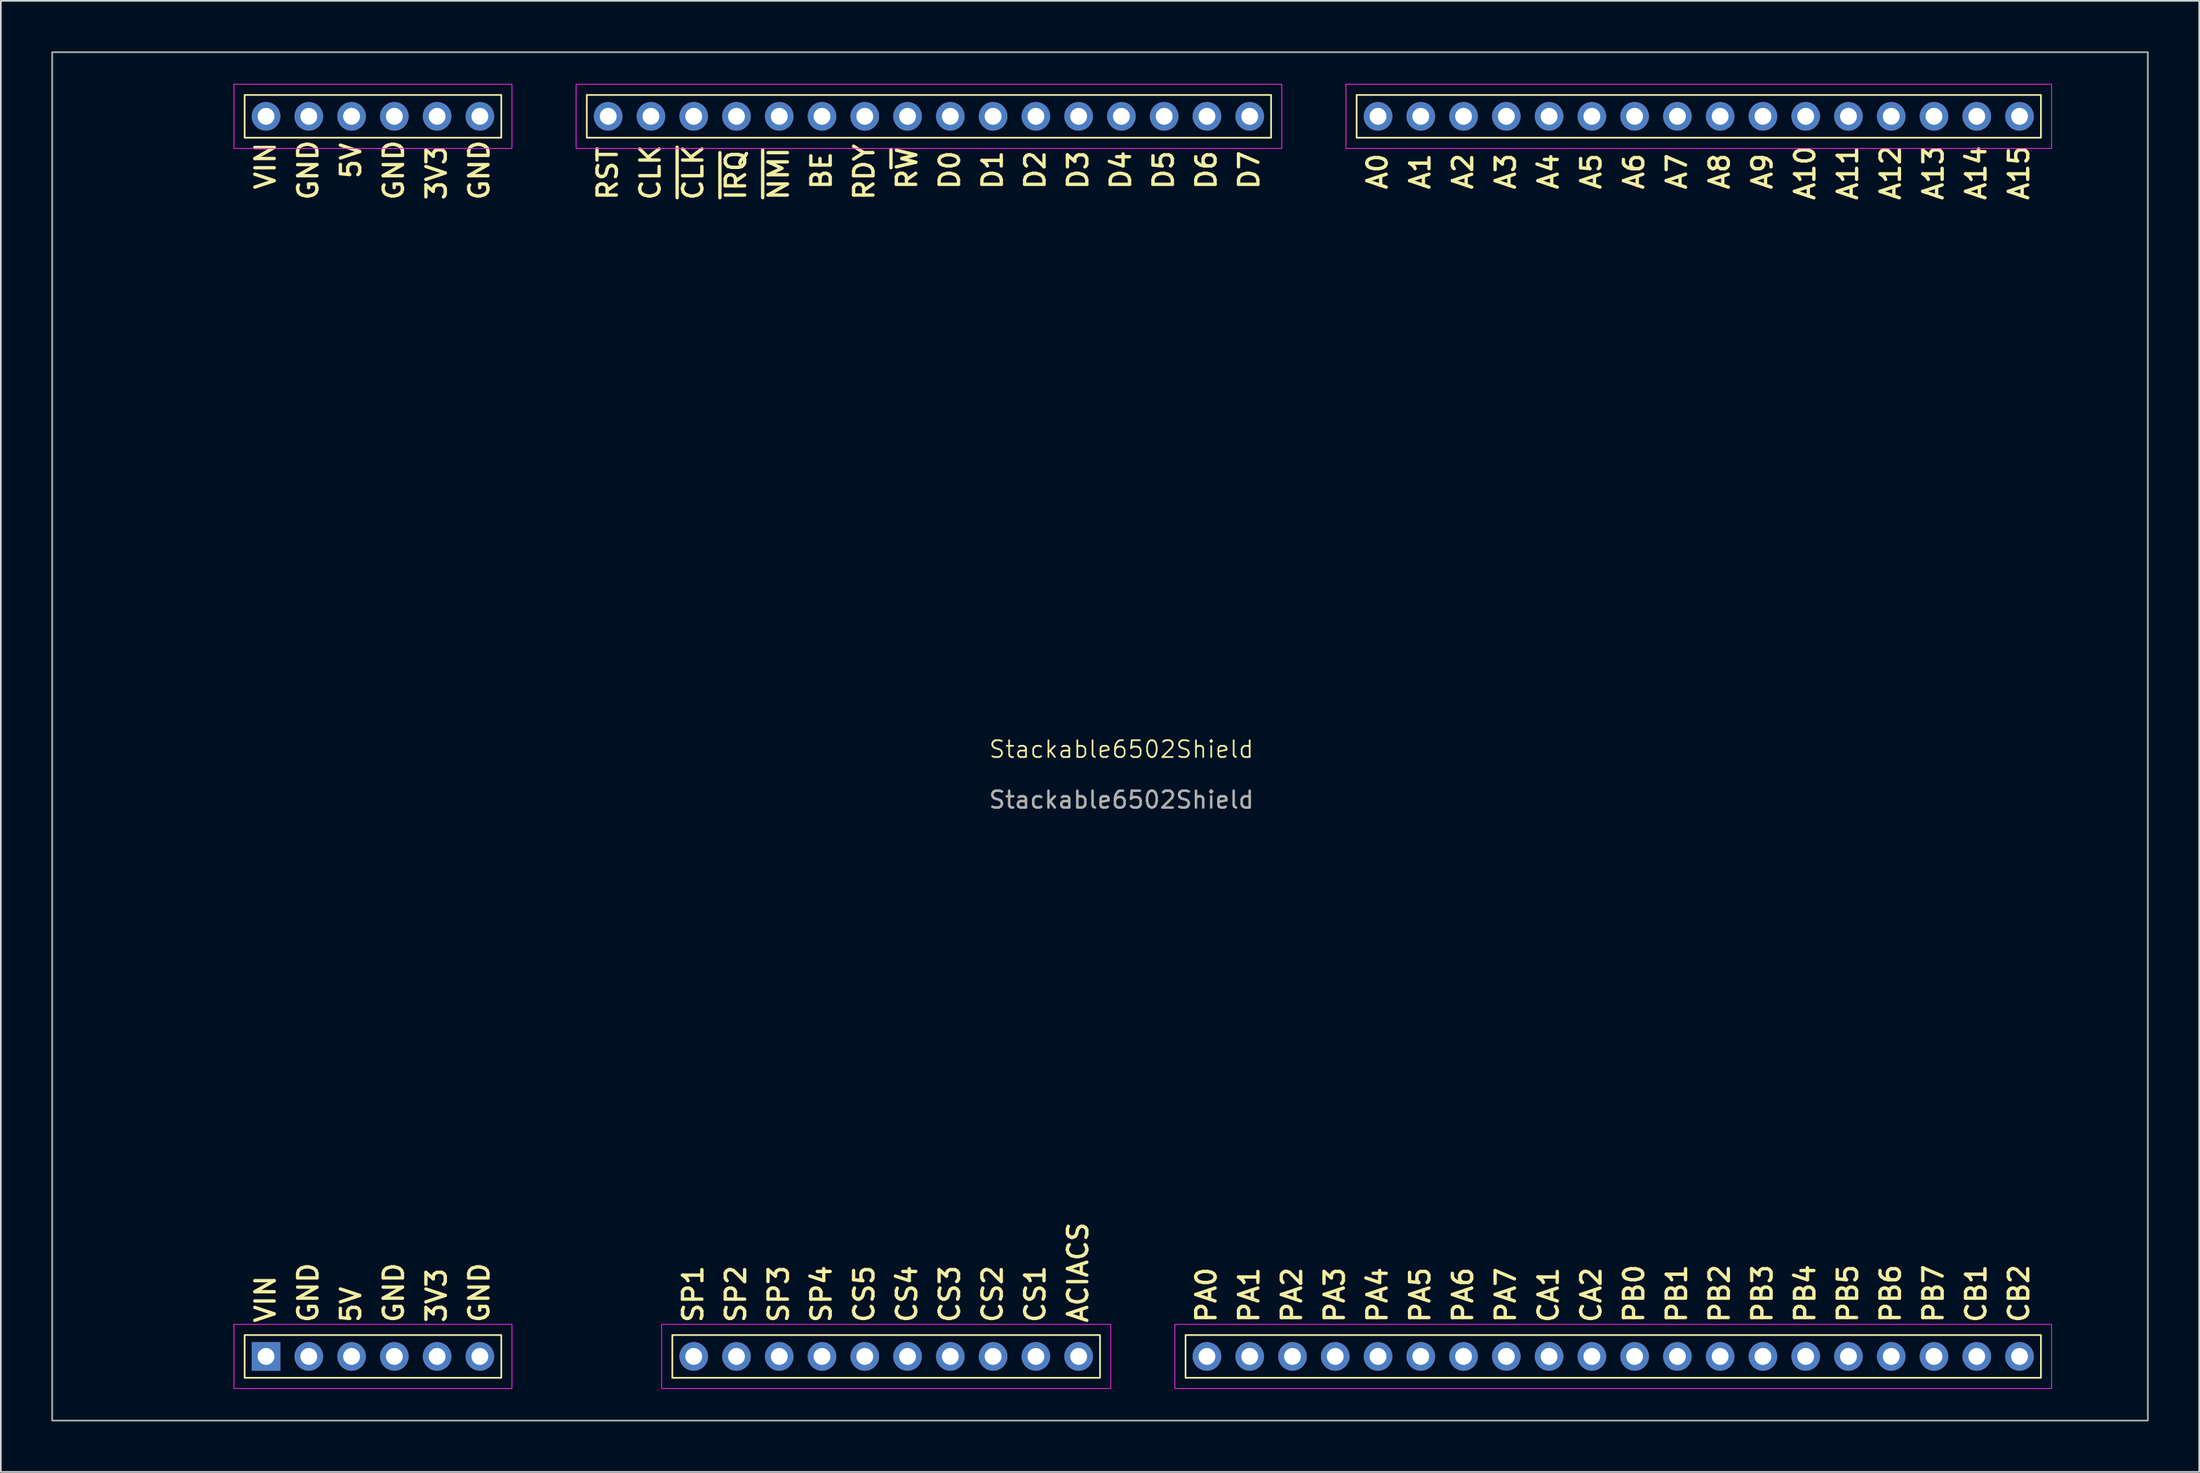
<source format=kicad_pcb>
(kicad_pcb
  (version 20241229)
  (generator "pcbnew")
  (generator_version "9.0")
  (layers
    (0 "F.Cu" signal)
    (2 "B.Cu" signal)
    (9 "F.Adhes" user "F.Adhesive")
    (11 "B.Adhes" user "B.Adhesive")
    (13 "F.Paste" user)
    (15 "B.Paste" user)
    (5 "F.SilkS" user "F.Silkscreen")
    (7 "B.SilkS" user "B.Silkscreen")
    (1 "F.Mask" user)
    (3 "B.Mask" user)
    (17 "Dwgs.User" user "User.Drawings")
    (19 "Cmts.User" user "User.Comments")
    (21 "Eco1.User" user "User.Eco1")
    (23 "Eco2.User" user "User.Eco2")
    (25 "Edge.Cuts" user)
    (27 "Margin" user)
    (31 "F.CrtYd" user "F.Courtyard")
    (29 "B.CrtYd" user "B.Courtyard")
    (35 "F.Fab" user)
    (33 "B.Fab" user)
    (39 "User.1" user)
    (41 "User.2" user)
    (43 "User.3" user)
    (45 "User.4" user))
  (footprint "Stackable6502Shield"
    (layer "F.Cu")
    (at 63.55 41.96)
    (property "Reference" "Stackable6502Shield" (at 0 -0.5 0) (unlocked yes) (layer "F.SilkS") (effects (font (size 1 1) (thickness 0.1))))
    (attr through_hole)
    (fp_rect (start -52.07 -39.37) (end -36.83 -36.83) (stroke (width 0.1) (type default)) (fill no) (layer "F.SilkS"))
    (fp_rect (start -52.07 34.29) (end -36.83 36.83) (stroke (width 0.1) (type default)) (fill no) (layer "F.SilkS"))
    (fp_rect (start -31.75 -39.37) (end 8.89 -36.83) (stroke (width 0.1) (type default)) (fill no) (layer "F.SilkS"))
    (fp_rect (start -26.67 34.29) (end -1.27 36.83) (stroke (width 0.1) (type default)) (fill no) (layer "F.SilkS"))
    (fp_rect (start 3.81 34.29) (end 54.61 36.83) (stroke (width 0.1) (type default)) (fill no) (layer "F.SilkS"))
    (fp_rect (start 13.97 -39.37) (end 54.61 -36.83) (stroke (width 0.1) (type default)) (fill no) (layer "F.SilkS"))
    (fp_rect (start -52.705 -40.005) (end -36.195 -36.195) (stroke (width 0.05) (type default)) (fill no) (layer "F.CrtYd"))
    (fp_rect (start -52.705 33.655) (end -36.195 37.465) (stroke (width 0.05) (type default)) (fill no) (layer "F.CrtYd"))
    (fp_rect (start -32.385 -40.005) (end 9.525 -36.195) (stroke (width 0.05) (type default)) (fill no) (layer "F.CrtYd"))
    (fp_rect (start -27.305 33.655) (end -0.635 37.465) (stroke (width 0.05) (type default)) (fill no) (layer "F.CrtYd"))
    (fp_rect (start 3.175 33.655) (end 55.245 37.465) (stroke (width 0.05) (type default)) (fill no) (layer "F.CrtYd"))
    (fp_rect (start 13.335 -40.005) (end 55.245 -36.195) (stroke (width 0.05) (type default)) (fill no) (layer "F.CrtYd"))
    (fp_rect (start -63.5 -41.91) (end 60.96 39.37) (stroke (width 0.1) (type default)) (fill no) (layer "F.Fab"))
    (fp_text user "SP3" (at -19.685 33.655 90) (unlocked yes) (layer "F.SilkS") (effects (font (size 1.15 1.15) (thickness 0.2) (bold yes)) (justify left bottom)))
    (fp_text user "D0" (at -9.525 -33.655 90) (unlocked yes) (layer "F.SilkS") (effects (font (size 1.15 1.15) (thickness 0.2) (bold yes)) (justify left bottom)))
    (fp_text user "PA5" (at 18.415 33.655 90) (unlocked yes) (layer "F.SilkS") (effects (font (size 1.15 1.15) (thickness 0.2) (bold yes)) (justify left bottom)))
    (fp_text user "~{IRQ}" (at -22.225 -33.02 90) (unlocked yes) (layer "F.SilkS") (effects (font (size 1.15 1.15) (thickness 0.2) (bold yes)) (justify left bottom)))
    (fp_text user "~{NMI}" (at -19.685 -33.02 90) (unlocked yes) (layer "F.SilkS") (effects (font (size 1.15 1.15) (thickness 0.2) (bold yes)) (justify left bottom)))
    (fp_text user "A6" (at 31.115 -33.655 90) (unlocked yes) (layer "F.SilkS") (effects (font (size 1.15 1.15) (thickness 0.2) (bold yes)) (justify left bottom)))
    (fp_text user "PA3" (at 13.335 33.655 90) (unlocked yes) (layer "F.SilkS") (effects (font (size 1.15 1.15) (thickness 0.2) (bold yes)) (justify left bottom)))
    (fp_text user "CS3" (at -9.525 33.655 90) (unlocked yes) (layer "F.SilkS") (effects (font (size 1.15 1.15) (thickness 0.2) (bold yes)) (justify left bottom)))
    (fp_text user "A4" (at 26.035 -33.655 90) (unlocked yes) (layer "F.SilkS") (effects (font (size 1.15 1.15) (thickness 0.2) (bold yes)) (justify left bottom)))
    (fp_text user "PA2" (at 10.795 33.655 90) (unlocked yes) (layer "F.SilkS") (effects (font (size 1.15 1.15) (thickness 0.2) (bold yes)) (justify left bottom)))
    (fp_text user "BE" (at -17.145 -33.655 90) (unlocked yes) (layer "F.SilkS") (effects (font (size 1.15 1.15) (thickness 0.2) (bold yes)) (justify left bottom)))
    (fp_text user "PB3" (at 38.735 33.655 90) (unlocked yes) (layer "F.SilkS") (effects (font (size 1.15 1.15) (thickness 0.2) (bold yes)) (justify left bottom)))
    (fp_text user "VIN" (at -50.165 -33.655 90) (unlocked yes) (layer "F.SilkS") (effects (font (size 1.15 1.15) (thickness 0.2) (bold yes)) (justify left bottom)))
    (fp_text user "CB1" (at 51.435 33.655 90) (unlocked yes) (layer "F.SilkS") (effects (font (size 1.15 1.15) (thickness 0.2) (bold yes)) (justify left bottom)))
    (fp_text user "A2" (at 20.955 -33.655 90) (unlocked yes) (layer "F.SilkS") (effects (font (size 1.15 1.15) (thickness 0.2) (bold yes)) (justify left bottom)))
    (fp_text user "D4" (at 0.635 -33.655 90) (unlocked yes) (layer "F.SilkS") (effects (font (size 1.15 1.15) (thickness 0.2) (bold yes)) (justify left bottom)))
    (fp_text user "A7" (at 33.655 -33.655 90) (unlocked yes) (layer "F.SilkS") (effects (font (size 1.15 1.15) (thickness 0.2) (bold yes)) (justify left bottom)))
    (fp_text user "A12" (at 46.355 -33.02 90) (unlocked yes) (layer "F.SilkS") (effects (font (size 1.15 1.15) (thickness 0.2) (bold yes)) (justify left bottom)))
    (fp_text user "SP1" (at -24.765 33.655 90) (unlocked yes) (layer "F.SilkS") (effects (font (size 1.15 1.15) (thickness 0.2) (bold yes)) (justify left bottom)))
    (fp_text user "GND" (at -37.465 33.655 90) (unlocked yes) (layer "F.SilkS") (effects (font (size 1.15 1.15) (thickness 0.2) (bold yes)) (justify left bottom)))
    (fp_text user "SP4" (at -17.145 33.655 90) (unlocked yes) (layer "F.SilkS") (effects (font (size 1.15 1.15) (thickness 0.2) (bold yes)) (justify left bottom)))
    (fp_text user "A1" (at 18.415 -33.655 90) (unlocked yes) (layer "F.SilkS") (effects (font (size 1.15 1.15) (thickness 0.2) (bold yes)) (justify left bottom)))
    (fp_text user "PB5" (at 43.815 33.655 90) (unlocked yes) (layer "F.SilkS") (effects (font (size 1.15 1.15) (thickness 0.2) (bold yes)) (justify left bottom)))
    (fp_text user "CS4" (at -12.065 33.655 90) (unlocked yes) (layer "F.SilkS") (effects (font (size 1.15 1.15) (thickness 0.2) (bold yes)) (justify left bottom)))
    (fp_text user "GND" (at -37.465 -33.02 90) (unlocked yes) (layer "F.SilkS") (effects (font (size 1.15 1.15) (thickness 0.2) (bold yes)) (justify left bottom)))
    (fp_text user "CA1" (at 26.035 33.655 90) (unlocked yes) (layer "F.SilkS") (effects (font (size 1.15 1.15) (thickness 0.2) (bold yes)) (justify left bottom)))
    (fp_text user "SP2" (at -22.225 33.655 90) (unlocked yes) (layer "F.SilkS") (effects (font (size 1.15 1.15) (thickness 0.2) (bold yes)) (justify left bottom)))
    (fp_text user "A11" (at 43.815 -33.02 90) (unlocked yes) (layer "F.SilkS") (effects (font (size 1.15 1.15) (thickness 0.2) (bold yes)) (justify left bottom)))
    (fp_text user "PA1" (at 8.255 33.655 90) (unlocked yes) (layer "F.SilkS") (effects (font (size 1.15 1.15) (thickness 0.2) (bold yes)) (justify left bottom)))
    (fp_text user "PA4" (at 15.875 33.655 90) (unlocked yes) (layer "F.SilkS") (effects (font (size 1.15 1.15) (thickness 0.2) (bold yes)) (justify left bottom)))
    (fp_text user "A0" (at 15.875 -33.655 90) (unlocked yes) (layer "F.SilkS") (effects (font (size 1.15 1.15) (thickness 0.2) (bold yes)) (justify left bottom)))
    (fp_text user "CLK" (at -27.305 -33.02 90) (unlocked yes) (layer "F.SilkS") (effects (font (size 1.15 1.15) (thickness 0.2) (bold yes)) (justify left bottom)))
    (fp_text user "3V3" (at -40.005 33.655 90) (unlocked yes) (layer "F.SilkS") (effects (font (size 1.15 1.15) (thickness 0.2) (bold yes)) (justify left bottom)))
    (fp_text user "A3" (at 23.495 -33.655 90) (unlocked yes) (layer "F.SilkS") (effects (font (size 1.15 1.15) (thickness 0.2) (bold yes)) (justify left bottom)))
    (fp_text user "PB4" (at 41.275 33.655 90) (unlocked yes) (layer "F.SilkS") (effects (font (size 1.15 1.15) (thickness 0.2) (bold yes)) (justify left bottom)))
    (fp_text user "D7" (at 8.255 -33.655 90) (unlocked yes) (layer "F.SilkS") (effects (font (size 1.15 1.15) (thickness 0.2) (bold yes)) (justify left bottom)))
    (fp_text user "GND" (at -47.625 -33.02 90) (unlocked yes) (layer "F.SilkS") (effects (font (size 1.15 1.15) (thickness 0.2) (bold yes)) (justify left bottom)))
    (fp_text user "D6" (at 5.715 -33.655 90) (unlocked yes) (layer "F.SilkS") (effects (font (size 1.15 1.15) (thickness 0.2) (bold yes)) (justify left bottom)))
    (fp_text user "GND" (at -47.625 33.655 90) (unlocked yes) (layer "F.SilkS") (effects (font (size 1.15 1.15) (thickness 0.2) (bold yes)) (justify left bottom)))
    (fp_text user "GND" (at -42.545 -33.02 90) (unlocked yes) (layer "F.SilkS") (effects (font (size 1.15 1.15) (thickness 0.2) (bold yes)) (justify left bottom)))
    (fp_text user "PA7" (at 23.495 33.655 90) (unlocked yes) (layer "F.SilkS") (effects (font (size 1.15 1.15) (thickness 0.2) (bold yes)) (justify left bottom)))
    (fp_text user "5V" (at -45.085 -34.29 90) (unlocked yes) (layer "F.SilkS") (effects (font (size 1.15 1.15) (thickness 0.2) (bold yes)) (justify left bottom)))
    (fp_text user "A5" (at 28.575 -33.655 90) (unlocked yes) (layer "F.SilkS") (effects (font (size 1.15 1.15) (thickness 0.2) (bold yes)) (justify left bottom)))
    (fp_text user "D2" (at -4.445 -33.655 90) (unlocked yes) (layer "F.SilkS") (effects (font (size 1.15 1.15) (thickness 0.2) (bold yes)) (justify left bottom)))
    (fp_text user "A10" (at 41.275 -33.02 90) (unlocked yes) (layer "F.SilkS") (effects (font (size 1.15 1.15) (thickness 0.2) (bold yes)) (justify left bottom)))
    (fp_text user "PA0" (at 5.715 33.655 90) (unlocked yes) (layer "F.SilkS") (effects (font (size 1.15 1.15) (thickness 0.2) (bold yes)) (justify left bottom)))
    (fp_text user "D3" (at -1.905 -33.655 90) (unlocked yes) (layer "F.SilkS") (effects (font (size 1.15 1.15) (thickness 0.2) (bold yes)) (justify left bottom)))
    (fp_text user "A14" (at 51.435 -33.02 90) (unlocked yes) (layer "F.SilkS") (effects (font (size 1.15 1.15) (thickness 0.2) (bold yes)) (justify left bottom)))
    (fp_text user "PB2" (at 36.195 33.655 90) (unlocked yes) (layer "F.SilkS") (effects (font (size 1.15 1.15) (thickness 0.2) (bold yes)) (justify left bottom)))
    (fp_text user "RST" (at -29.845 -33.02 90) (unlocked yes) (layer "F.SilkS") (effects (font (size 1.15 1.15) (thickness 0.2) (bold yes)) (justify left bottom)))
    (fp_text user "~{CLK}" (at -24.765 -33.02 90) (unlocked yes) (layer "F.SilkS") (effects (font (size 1.15 1.15) (thickness 0.2) (bold yes)) (justify left bottom)))
    (fp_text user "CS5" (at -14.605 33.655 90) (unlocked yes) (layer "F.SilkS") (effects (font (size 1.15 1.15) (thickness 0.2) (bold yes)) (justify left bottom)))
    (fp_text user "CB2" (at 53.975 33.655 90) (unlocked yes) (layer "F.SilkS") (effects (font (size 1.15 1.15) (thickness 0.2) (bold yes)) (justify left bottom)))
    (fp_text user "A13" (at 48.895 -33.02 90) (unlocked yes) (layer "F.SilkS") (effects (font (size 1.15 1.15) (thickness 0.2) (bold yes)) (justify left bottom)))
    (fp_text user "GND" (at -42.545 33.655 90) (unlocked yes) (layer "F.SilkS") (effects (font (size 1.15 1.15) (thickness 0.2) (bold yes)) (justify left bottom)))
    (fp_text user "VIN" (at -50.165 33.655 90) (unlocked yes) (layer "F.SilkS") (effects (font (size 1.15 1.15) (thickness 0.2) (bold yes)) (justify left bottom)))
    (fp_text user "PA6" (at 20.955 33.655 90) (unlocked yes) (layer "F.SilkS") (effects (font (size 1.15 1.15) (thickness 0.2) (bold yes)) (justify left bottom)))
    (fp_text user "PB6" (at 46.355 33.655 90) (unlocked yes) (layer "F.SilkS") (effects (font (size 1.15 1.15) (thickness 0.2) (bold yes)) (justify left bottom)))
    (fp_text user "A9" (at 38.735 -33.655 90) (unlocked yes) (layer "F.SilkS") (effects (font (size 1.15 1.15) (thickness 0.2) (bold yes)) (justify left bottom)))
    (fp_text user "ACIACS" (at -1.905 33.655 90) (unlocked yes) (layer "F.SilkS") (effects (font (size 1.15 1.15) (thickness 0.2) (bold yes)) (justify left bottom)))
    (fp_text user "CS1" (at -4.445 33.655 90) (unlocked yes) (layer "F.SilkS") (effects (font (size 1.15 1.15) (thickness 0.2) (bold yes)) (justify left bottom)))
    (fp_text user "3V3" (at -40.005 -33.02 90) (unlocked yes) (layer "F.SilkS") (effects (font (size 1.15 1.15) (thickness 0.2) (bold yes)) (justify left bottom)))
    (fp_text user "D5" (at 3.175 -33.655 90) (unlocked yes) (layer "F.SilkS") (effects (font (size 1.15 1.15) (thickness 0.2) (bold yes)) (justify left bottom)))
    (fp_text user "PB1" (at 33.655 33.655 90) (unlocked yes) (layer "F.SilkS") (effects (font (size 1.15 1.15) (thickness 0.2) (bold yes)) (justify left bottom)))
    (fp_text user "5V" (at -45.085 33.655 90) (unlocked yes) (layer "F.SilkS") (effects (font (size 1.15 1.15) (thickness 0.2) (bold yes)) (justify left bottom)))
    (fp_text user "PB7" (at 48.895 33.655 90) (unlocked yes) (layer "F.SilkS") (effects (font (size 1.15 1.15) (thickness 0.2) (bold yes)) (justify left bottom)))
    (fp_text user "CA2" (at 28.575 33.655 90) (unlocked yes) (layer "F.SilkS") (effects (font (size 1.15 1.15) (thickness 0.2) (bold yes)) (justify left bottom)))
    (fp_text user "RDY" (at -14.605 -33.02 90) (unlocked yes) (layer "F.SilkS") (effects (font (size 1.15 1.15) (thickness 0.2) (bold yes)) (justify left bottom)))
    (fp_text user "D1" (at -6.985 -33.655 90) (unlocked yes) (layer "F.SilkS") (effects (font (size 1.15 1.15) (thickness 0.2) (bold yes)) (justify left bottom)))
    (fp_text user "A15" (at 53.975 -33.02 90) (unlocked yes) (layer "F.SilkS") (effects (font (size 1.15 1.15) (thickness 0.2) (bold yes)) (justify left bottom)))
    (fp_text user "A8" (at 36.195 -33.655 90) (unlocked yes) (layer "F.SilkS") (effects (font (size 1.15 1.15) (thickness 0.2) (bold yes)) (justify left bottom)))
    (fp_text user "R~{W}" (at -12.065 -33.655 90) (unlocked yes) (layer "F.SilkS") (effects (font (size 1.15 1.15) (thickness 0.2) (bold yes)) (justify left bottom)))
    (fp_text user "PB0" (at 31.115 33.655 90) (unlocked yes) (layer "F.SilkS") (effects (font (size 1.15 1.15) (thickness 0.2) (bold yes)) (justify left bottom)))
    (fp_text user "CS2" (at -6.985 33.655 90) (unlocked yes) (layer "F.SilkS") (effects (font (size 1.15 1.15) (thickness 0.2) (bold yes)) (justify left bottom)))
    (fp_text user "${REFERENCE}" (at 0 2.5 0) (unlocked yes) (layer "F.Fab") (effects (font (size 1 1) (thickness 0.15))))
    (pad "1" thru_hole rect (at -50.8 35.56) (size 1.7 1.7) (drill 1) (layers "*.Cu" "*.Mask"))
    (pad "2" thru_hole oval (at -48.26 35.56) (size 1.7 1.7) (drill 1) (layers "*.Cu" "*.Mask"))
    (pad "3" thru_hole oval (at -45.72 35.56) (size 1.7 1.7) (drill 1) (layers "*.Cu" "*.Mask"))
    (pad "4" thru_hole oval (at -43.18 35.56) (size 1.7 1.7) (drill 1) (layers "*.Cu" "*.Mask"))
    (pad "5" thru_hole oval (at -40.64 35.56) (size 1.7 1.7) (drill 1) (layers "*.Cu" "*.Mask"))
    (pad "6" thru_hole oval (at -38.1 35.56) (size 1.7 1.7) (drill 1) (layers "*.Cu" "*.Mask"))
    (pad "7" thru_hole oval (at -25.4 35.56) (size 1.7 1.7) (drill 1) (layers "*.Cu" "*.Mask"))
    (pad "8" thru_hole oval (at -22.86 35.56) (size 1.7 1.7) (drill 1) (layers "*.Cu" "*.Mask"))
    (pad "9" thru_hole oval (at -20.32 35.56) (size 1.7 1.7) (drill 1) (layers "*.Cu" "*.Mask"))
    (pad "10" thru_hole oval (at -17.78 35.56) (size 1.7 1.7) (drill 1) (layers "*.Cu" "*.Mask"))
    (pad "11" thru_hole oval (at -15.24 35.56) (size 1.7 1.7) (drill 1) (layers "*.Cu" "*.Mask"))
    (pad "12" thru_hole oval (at -12.7 35.56) (size 1.7 1.7) (drill 1) (layers "*.Cu" "*.Mask"))
    (pad "13" thru_hole oval (at -10.16 35.56) (size 1.7 1.7) (drill 1) (layers "*.Cu" "*.Mask"))
    (pad "14" thru_hole oval (at -7.62 35.56) (size 1.7 1.7) (drill 1) (layers "*.Cu" "*.Mask"))
    (pad "15" thru_hole oval (at -5.08 35.56) (size 1.7 1.7) (drill 1) (layers "*.Cu" "*.Mask"))
    (pad "16" thru_hole oval (at -2.54 35.56) (size 1.7 1.7) (drill 1) (layers "*.Cu" "*.Mask"))
    (pad "17" thru_hole oval (at 5.08 35.56) (size 1.7 1.7) (drill 1) (layers "*.Cu" "*.Mask"))
    (pad "18" thru_hole oval (at 7.62 35.56) (size 1.7 1.7) (drill 1) (layers "*.Cu" "*.Mask"))
    (pad "19" thru_hole oval (at 10.16 35.56) (size 1.7 1.7) (drill 1) (layers "*.Cu" "*.Mask"))
    (pad "20" thru_hole oval (at 12.7 35.56) (size 1.7 1.7) (drill 1) (layers "*.Cu" "*.Mask"))
    (pad "21" thru_hole oval (at 15.24 35.56) (size 1.7 1.7) (drill 1) (layers "*.Cu" "*.Mask"))
    (pad "22" thru_hole oval (at 17.78 35.56) (size 1.7 1.7) (drill 1) (layers "*.Cu" "*.Mask"))
    (pad "23" thru_hole oval (at 20.32 35.56) (size 1.7 1.7) (drill 1) (layers "*.Cu" "*.Mask"))
    (pad "24" thru_hole oval (at 22.86 35.56) (size 1.7 1.7) (drill 1) (layers "*.Cu" "*.Mask"))
    (pad "25" thru_hole oval (at 25.4 35.56) (size 1.7 1.7) (drill 1) (layers "*.Cu" "*.Mask"))
    (pad "26" thru_hole oval (at 27.94 35.56) (size 1.7 1.7) (drill 1) (layers "*.Cu" "*.Mask"))
    (pad "27" thru_hole oval (at 30.48 35.56) (size 1.7 1.7) (drill 1) (layers "*.Cu" "*.Mask"))
    (pad "28" thru_hole oval (at 33.02 35.56) (size 1.7 1.7) (drill 1) (layers "*.Cu" "*.Mask"))
    (pad "29" thru_hole oval (at 35.56 35.56) (size 1.7 1.7) (drill 1) (layers "*.Cu" "*.Mask"))
    (pad "30" thru_hole oval (at 38.1 35.56) (size 1.7 1.7) (drill 1) (layers "*.Cu" "*.Mask"))
    (pad "31" thru_hole oval (at 40.64 35.56) (size 1.7 1.7) (drill 1) (layers "*.Cu" "*.Mask"))
    (pad "32" thru_hole oval (at 43.18 35.56) (size 1.7 1.7) (drill 1) (layers "*.Cu" "*.Mask"))
    (pad "33" thru_hole oval (at 45.72 35.56) (size 1.7 1.7) (drill 1) (layers "*.Cu" "*.Mask"))
    (pad "34" thru_hole oval (at 48.26 35.56) (size 1.7 1.7) (drill 1) (layers "*.Cu" "*.Mask"))
    (pad "35" thru_hole oval (at 50.8 35.56) (size 1.7 1.7) (drill 1) (layers "*.Cu" "*.Mask"))
    (pad "36" thru_hole oval (at 53.34 35.56) (size 1.7 1.7) (drill 1) (layers "*.Cu" "*.Mask"))
    (pad "37" thru_hole oval (at 53.34 -38.1) (size 1.7 1.7) (drill 1) (layers "*.Cu" "*.Mask"))
    (pad "38" thru_hole oval (at 50.8 -38.1) (size 1.7 1.7) (drill 1) (layers "*.Cu" "*.Mask"))
    (pad "39" thru_hole oval (at 48.26 -38.1) (size 1.7 1.7) (drill 1) (layers "*.Cu" "*.Mask"))
    (pad "40" thru_hole oval (at 45.72 -38.1) (size 1.7 1.7) (drill 1) (layers "*.Cu" "*.Mask"))
    (pad "41" thru_hole oval (at 43.18 -38.1) (size 1.7 1.7) (drill 1) (layers "*.Cu" "*.Mask"))
    (pad "42" thru_hole oval (at 40.64 -38.1) (size 1.7 1.7) (drill 1) (layers "*.Cu" "*.Mask"))
    (pad "43" thru_hole oval (at 38.1 -38.1) (size 1.7 1.7) (drill 1) (layers "*.Cu" "*.Mask"))
    (pad "44" thru_hole oval (at 35.56 -38.1) (size 1.7 1.7) (drill 1) (layers "*.Cu" "*.Mask"))
    (pad "45" thru_hole oval (at 33.02 -38.1) (size 1.7 1.7) (drill 1) (layers "*.Cu" "*.Mask"))
    (pad "46" thru_hole oval (at 30.48 -38.1) (size 1.7 1.7) (drill 1) (layers "*.Cu" "*.Mask"))
    (pad "47" thru_hole oval (at 27.94 -38.1) (size 1.7 1.7) (drill 1) (layers "*.Cu" "*.Mask"))
    (pad "48" thru_hole oval (at 25.4 -38.1) (size 1.7 1.7) (drill 1) (layers "*.Cu" "*.Mask"))
    (pad "49" thru_hole oval (at 22.86 -38.1) (size 1.7 1.7) (drill 1) (layers "*.Cu" "*.Mask"))
    (pad "50" thru_hole oval (at 20.32 -38.1) (size 1.7 1.7) (drill 1) (layers "*.Cu" "*.Mask"))
    (pad "51" thru_hole oval (at 17.78 -38.1) (size 1.7 1.7) (drill 1) (layers "*.Cu" "*.Mask"))
    (pad "52" thru_hole oval (at 15.24 -38.1) (size 1.7 1.7) (drill 1) (layers "*.Cu" "*.Mask"))
    (pad "53" thru_hole oval (at 7.62 -38.1) (size 1.7 1.7) (drill 1) (layers "*.Cu" "*.Mask"))
    (pad "54" thru_hole oval (at 5.08 -38.1) (size 1.7 1.7) (drill 1) (layers "*.Cu" "*.Mask"))
    (pad "55" thru_hole oval (at 2.54 -38.1) (size 1.7 1.7) (drill 1) (layers "*.Cu" "*.Mask"))
    (pad "56" thru_hole oval (at 0 -38.1) (size 1.7 1.7) (drill 1) (layers "*.Cu" "*.Mask"))
    (pad "57" thru_hole oval (at -2.54 -38.1) (size 1.7 1.7) (drill 1) (layers "*.Cu" "*.Mask"))
    (pad "58" thru_hole oval (at -5.08 -38.1) (size 1.7 1.7) (drill 1) (layers "*.Cu" "*.Mask"))
    (pad "59" thru_hole oval (at -7.62 -38.1) (size 1.7 1.7) (drill 1) (layers "*.Cu" "*.Mask"))
    (pad "60" thru_hole oval (at -10.16 -38.1) (size 1.7 1.7) (drill 1) (layers "*.Cu" "*.Mask"))
    (pad "61" thru_hole oval (at -12.7 -38.1) (size 1.7 1.7) (drill 1) (layers "*.Cu" "*.Mask"))
    (pad "62" thru_hole oval (at -15.24 -38.1) (size 1.7 1.7) (drill 1) (layers "*.Cu" "*.Mask"))
    (pad "63" thru_hole oval (at -17.78 -38.1) (size 1.7 1.7) (drill 1) (layers "*.Cu" "*.Mask"))
    (pad "64" thru_hole oval (at -20.32 -38.1) (size 1.7 1.7) (drill 1) (layers "*.Cu" "*.Mask"))
    (pad "65" thru_hole oval (at -22.86 -38.1) (size 1.7 1.7) (drill 1) (layers "*.Cu" "*.Mask"))
    (pad "66" thru_hole oval (at -25.4 -38.1) (size 1.7 1.7) (drill 1) (layers "*.Cu" "*.Mask"))
    (pad "67" thru_hole oval (at -27.94 -38.1) (size 1.7 1.7) (drill 1) (layers "*.Cu" "*.Mask"))
    (pad "68" thru_hole oval (at -30.48 -38.1) (size 1.7 1.7) (drill 1) (layers "*.Cu" "*.Mask"))
    (pad "69" thru_hole oval (at -38.1 -38.1) (size 1.7 1.7) (drill 1) (layers "*.Cu" "*.Mask"))
    (pad "70" thru_hole oval (at -40.64 -38.1) (size 1.7 1.7) (drill 1) (layers "*.Cu" "*.Mask"))
    (pad "71" thru_hole oval (at -43.18 -38.1) (size 1.7 1.7) (drill 1) (layers "*.Cu" "*.Mask"))
    (pad "72" thru_hole oval (at -45.72 -38.1) (size 1.7 1.7) (drill 1) (layers "*.Cu" "*.Mask"))
    (pad "73" thru_hole oval (at -48.26 -38.1) (size 1.7 1.7) (drill 1) (layers "*.Cu" "*.Mask"))
    (pad "74" thru_hole oval (at -50.8 -38.1) (size 1.7 1.7) (drill 1) (layers "*.Cu" "*.Mask")))
  (gr_rect
    (start -3 -3)
    (end 127.56 84.38)
    (stroke (width 0.1) (type default))
    (fill no)
    (layer "Edge.Cuts")))
</source>
